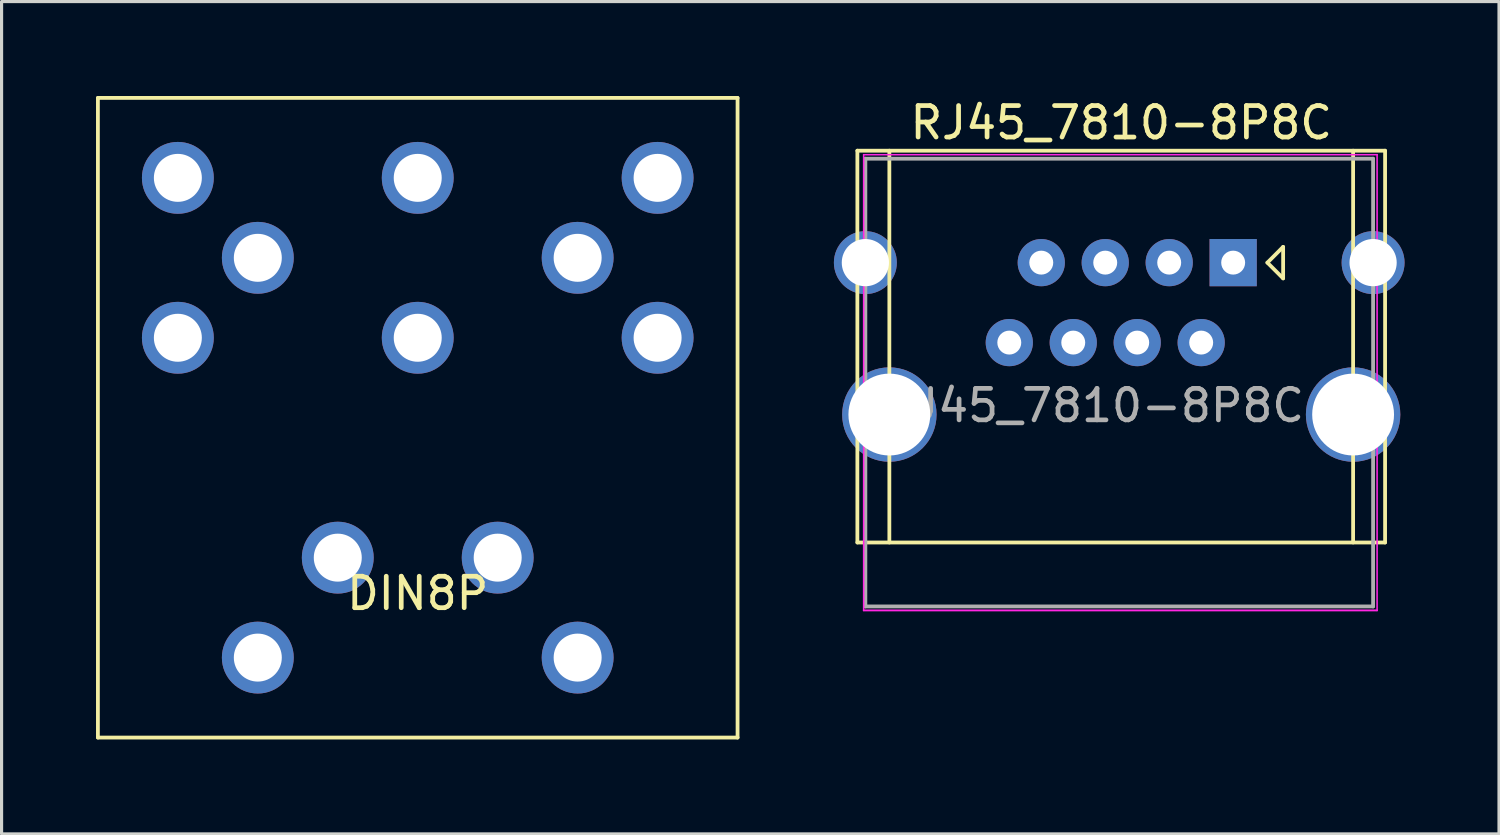
<source format=kicad_pcb>
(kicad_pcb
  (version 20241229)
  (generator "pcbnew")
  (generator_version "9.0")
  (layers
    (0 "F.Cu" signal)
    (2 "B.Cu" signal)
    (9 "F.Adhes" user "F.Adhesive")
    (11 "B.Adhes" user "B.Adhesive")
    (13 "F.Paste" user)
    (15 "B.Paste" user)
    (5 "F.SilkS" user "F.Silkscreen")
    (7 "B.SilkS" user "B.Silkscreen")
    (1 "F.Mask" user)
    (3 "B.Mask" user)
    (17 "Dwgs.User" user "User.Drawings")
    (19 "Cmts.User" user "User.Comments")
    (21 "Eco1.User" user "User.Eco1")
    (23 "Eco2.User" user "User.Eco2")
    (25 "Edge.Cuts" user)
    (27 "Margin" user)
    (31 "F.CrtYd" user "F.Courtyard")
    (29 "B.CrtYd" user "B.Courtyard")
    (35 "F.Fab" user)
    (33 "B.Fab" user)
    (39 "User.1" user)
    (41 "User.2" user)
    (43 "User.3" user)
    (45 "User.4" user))
  (footprint "DIN8P"
    (layer "F.Cu")
    (at 10.22 15.3)
    (property "Reference" "DIN8P" (at 0 0.5 0) (layer "F.SilkS") (effects (font (size 1 1) (thickness 0.15))))
    (attr through_hole)
    (fp_line (start -10.16 -15.24) (end -10.16 5.08) (stroke (width 0.12) (type solid)) (layer "F.SilkS"))
    (fp_line (start -10.16 5.08) (end 10.16 5.08) (stroke (width 0.12) (type solid)) (layer "F.SilkS"))
    (fp_line (start 10.16 -15.24) (end -10.16 -15.24) (stroke (width 0.12) (type solid)) (layer "F.SilkS"))
    (fp_line (start 10.16 5.08) (end 10.16 -15.24) (stroke (width 0.12) (type solid)) (layer "F.SilkS"))
    (pad "" thru_hole circle (at -5.08 2.54) (size 2.283 2.283) (drill 1.524) (layers "*.Cu" "*.Mask"))
    (pad "" thru_hole circle (at -2.54 -0.635) (size 2.283 2.283) (drill 1.524) (layers "*.Cu" "*.Mask"))
    (pad "" thru_hole circle (at 2.54 -0.635) (size 2.283 2.283) (drill 1.524) (layers "*.Cu" "*.Mask"))
    (pad "" thru_hole circle (at 5.08 2.54) (size 2.283 2.283) (drill 1.524) (layers "*.Cu" "*.Mask"))
    (pad "1" thru_hole circle (at 7.62 -7.62) (size 2.283 2.283) (drill 1.524) (layers "*.Cu" "*.Mask"))
    (pad "2" thru_hole circle (at 0 -7.62) (size 2.283 2.283) (drill 1.524) (layers "*.Cu" "*.Mask"))
    (pad "3" thru_hole circle (at -7.62 -7.62) (size 2.283 2.283) (drill 1.524) (layers "*.Cu" "*.Mask"))
    (pad "4" thru_hole circle (at 5.08 -10.16) (size 2.283 2.283) (drill 1.524) (layers "*.Cu" "*.Mask"))
    (pad "5" thru_hole circle (at -5.08 -10.16) (size 2.283 2.283) (drill 1.524) (layers "*.Cu" "*.Mask"))
    (pad "6" thru_hole circle (at 7.62 -12.7) (size 2.283 2.283) (drill 1.524) (layers "*.Cu" "*.Mask"))
    (pad "7" thru_hole circle (at -7.62 -12.7) (size 2.283 2.283) (drill 1.524) (layers "*.Cu" "*.Mask"))
    (pad "8" thru_hole circle (at 0 -12.7) (size 2.283 2.283) (drill 1.524) (layers "*.Cu" "*.Mask")))
  (footprint "RJ45_7810-8P8C"
    (layer "F.Cu")
    (at 27.234 7.833)
    (property "Reference" "RJ45_7810-8P8C" (at 5.334 -6.985 0) (layer "F.SilkS") (effects (font (size 1 1) (thickness 0.15))))
    (attr through_hole)
    (fp_line (start -3.048 -6.096) (end -3.048 6.35) (stroke (width 0.12) (type solid)) (layer "F.SilkS"))
    (fp_line (start -3.048 -6.096) (end 13.716 -6.096) (stroke (width 0.12) (type solid)) (layer "F.SilkS"))
    (fp_line (start -2.032 2.286) (end -2.032 -6.096) (stroke (width 0.12) (type solid)) (layer "F.SilkS"))
    (fp_line (start -2.032 2.286) (end -2.032 6.35) (stroke (width 0.12) (type solid)) (layer "F.SilkS"))
    (fp_line (start 9.977 -2.54) (end 10.477 -3.04) (stroke (width 0.12) (type solid)) (layer "F.SilkS"))
    (fp_line (start 10.477 -3.04) (end 10.477 -2.04) (stroke (width 0.12) (type solid)) (layer "F.SilkS"))
    (fp_line (start 10.477 -2.04) (end 9.977 -2.54) (stroke (width 0.12) (type solid)) (layer "F.SilkS"))
    (fp_line (start 12.7 2.286) (end 12.7 -6.096) (stroke (width 0.12) (type solid)) (layer "F.SilkS"))
    (fp_line (start 12.7 2.286) (end 12.7 6.35) (stroke (width 0.12) (type solid)) (layer "F.SilkS"))
    (fp_line (start 13.716 -6.096) (end 13.716 6.35) (stroke (width 0.12) (type solid)) (layer "F.SilkS"))
    (fp_line (start 13.716 6.35) (end -3.048 6.35) (stroke (width 0.12) (type solid)) (layer "F.SilkS"))
    (fp_line (start -2.848 -5.969) (end -2.848 8.509) (stroke (width 0.05) (type solid)) (layer "F.CrtYd"))
    (fp_line (start -2.848 -5.969) (end 13.462 -5.969) (stroke (width 0.05) (type solid)) (layer "F.CrtYd"))
    (fp_line (start -2.848 8.509) (end 13.462 8.509) (stroke (width 0.05) (type solid)) (layer "F.CrtYd"))
    (fp_line (start 13.462 -5.969) (end 13.462 8.509) (stroke (width 0.05) (type solid)) (layer "F.CrtYd"))
    (fp_line (start 13.462 8.509) (end -2.848 8.509) (stroke (width 0.05) (type solid)) (layer "F.CrtYd"))
    (fp_line (start -2.794 -5.842) (end -2.794 8.382) (stroke (width 0.12) (type solid)) (layer "F.Fab"))
    (fp_line (start -2.794 8.382) (end 13.335 8.382) (stroke (width 0.12) (type solid)) (layer "F.Fab"))
    (fp_line (start 13.335 -5.842) (end -2.794 -5.842) (stroke (width 0.12) (type solid)) (layer "F.Fab"))
    (fp_line (start 13.335 8.382) (end 13.335 -5.842) (stroke (width 0.12) (type solid)) (layer "F.Fab"))
    (fp_text user "${REFERENCE}" (at 4.445 2 0) (layer "F.Fab") (effects (font (size 1 1) (thickness 0.15))))
    (pad "" thru_hole circle (at -2.794 -2.54) (size 2 2) (drill 1.5) (layers "*.Cu" "*.Mask"))
    (pad "" np_thru_hole circle (at -2.032 2.286) (size 3 3) (drill 2.6) (layers "*.Cu" "*.Mask"))
    (pad "" np_thru_hole circle (at 12.7 2.286) (size 3 3) (drill 2.6) (layers "*.Cu" "*.Mask"))
    (pad "" thru_hole circle (at 13.335 -2.54) (size 2 2) (drill 1.5) (layers "*.Cu" "*.Mask"))
    (pad "1" thru_hole rect (at 8.89 -2.54) (size 1.5 1.5) (drill 0.76) (layers "*.Cu" "*.Mask"))
    (pad "2" thru_hole circle (at 7.874 0) (size 1.5 1.5) (drill 0.76) (layers "*.Cu" "*.Mask"))
    (pad "3" thru_hole circle (at 6.858 -2.54) (size 1.5 1.5) (drill 0.76) (layers "*.Cu" "*.Mask"))
    (pad "4" thru_hole circle (at 5.842 0) (size 1.5 1.5) (drill 0.76) (layers "*.Cu" "*.Mask"))
    (pad "5" thru_hole circle (at 4.826 -2.54) (size 1.5 1.5) (drill 0.76) (layers "*.Cu" "*.Mask"))
    (pad "6" thru_hole circle (at 3.81 0) (size 1.5 1.5) (drill 0.76) (layers "*.Cu" "*.Mask"))
    (pad "7" thru_hole circle (at 2.794 -2.54) (size 1.5 1.5) (drill 0.76) (layers "*.Cu" "*.Mask"))
    (pad "8" thru_hole circle (at 1.778 0) (size 1.5 1.5) (drill 0.76) (layers "*.Cu" "*.Mask")))
  (gr_rect
    (start -3 -3)
    (end 44.569 23.44)
    (stroke (width 0.1) (type default))
    (fill no)
    (layer "Edge.Cuts")))
</source>
